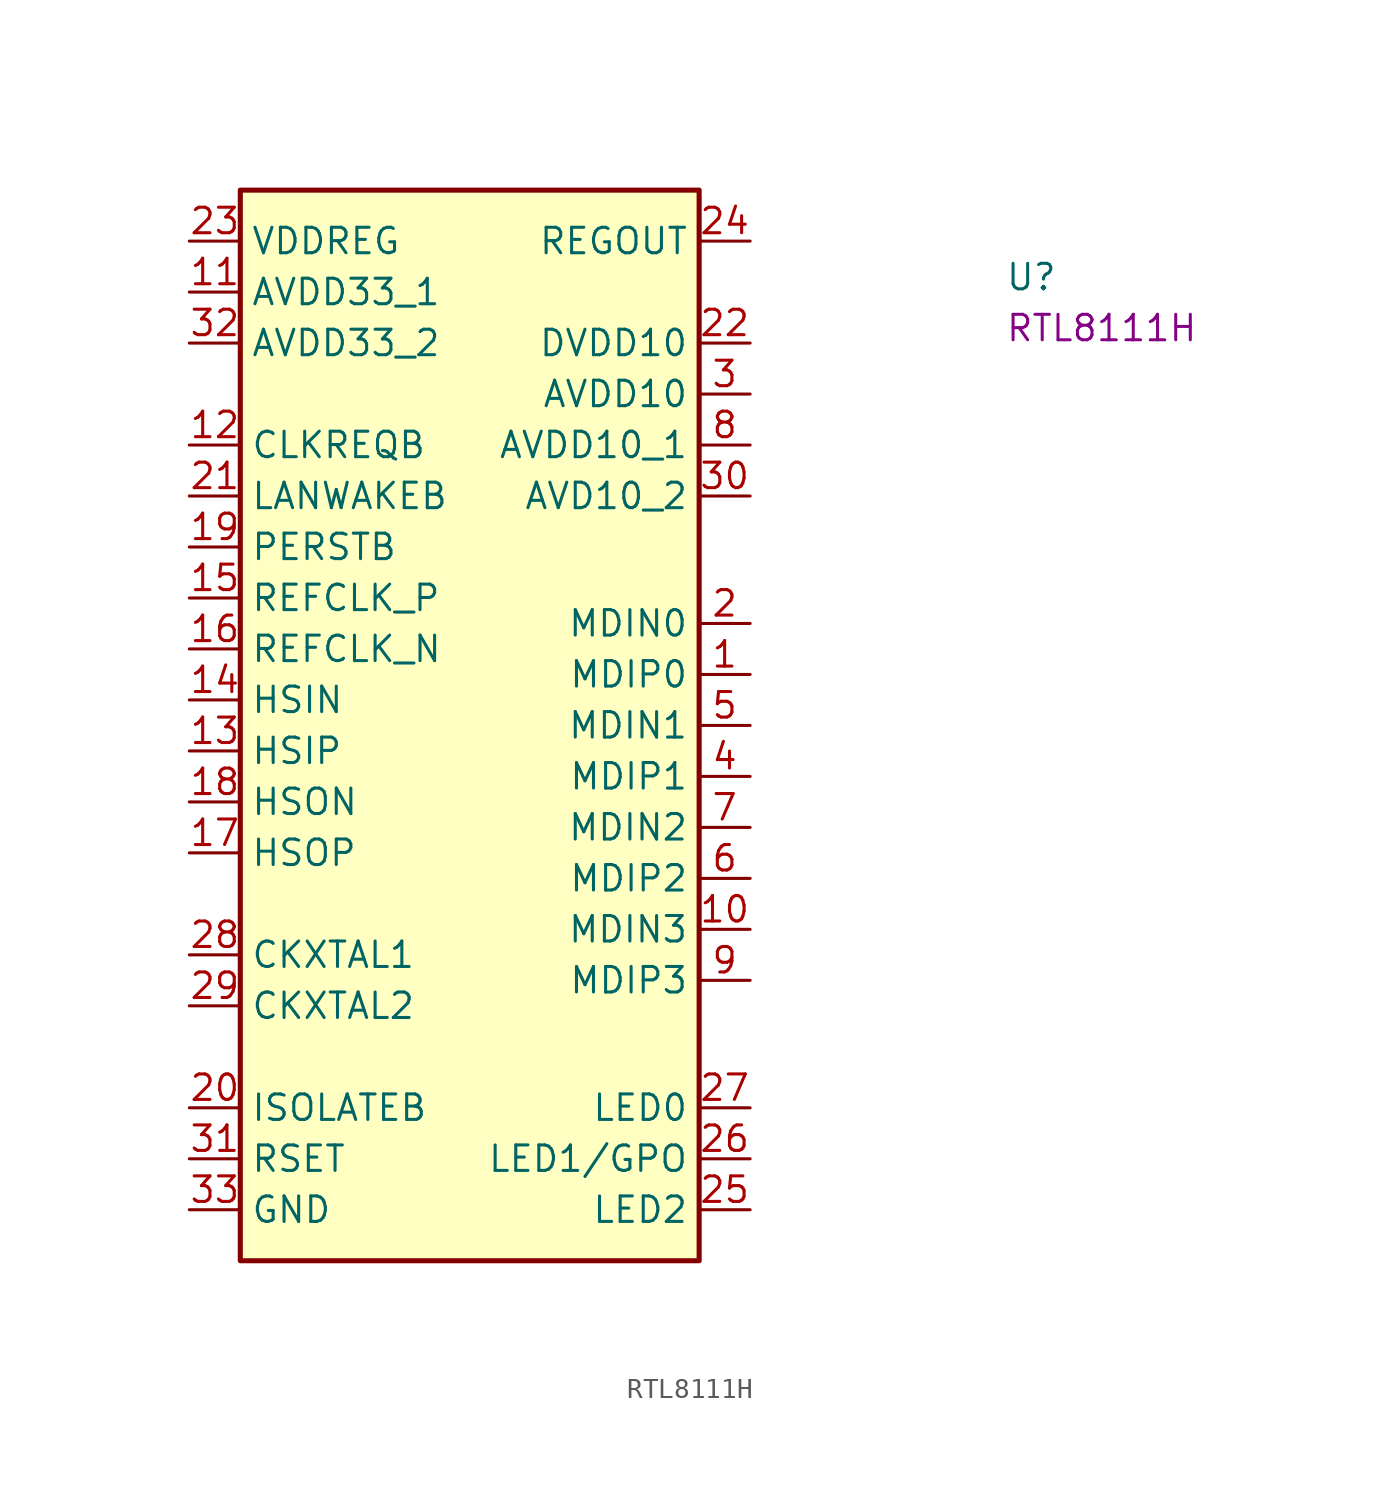
<source format=kicad_sym>
(kicad_symbol_lib
  (version 20220914)
  (generator kicad_symbol_editor)
  (symbol "RTL8111H"
    (property "Reference" "U"
      (at 40.64 -2.54 0)
      (effects (font (size 1.27 1.27) (thickness 0.15)) (justify left bottom)))
    (property "MPN" "RTL8111H"
      (at 40.64 -5.08 0)
      (effects (font (size 1.27 1.27) (thickness 0.15)) (justify left bottom)))
    (symbol "RTL8111H_1_1"
      (rectangle (start 2.54 2.54) (end 25.4 -50.8) (stroke (width 0.254) (type default)) (fill (type background)))
      (pin bidirectional line (at 27.94 -21.59 180) (length 2.54) (name "MDIP0" (effects (font (size 1.27 1.27)))) (number "1" (effects (font (size 1.27 1.27)))))
      (pin bidirectional line (at 27.94 -34.29 180) (length 2.54) (name "MDIN3" (effects (font (size 1.27 1.27)))) (number "10" (effects (font (size 1.27 1.27)))))
      (pin power_in line (at 0 -2.54 0) (length 2.54) (name "AVDD33_1" (effects (font (size 1.27 1.27)))) (number "11" (effects (font (size 1.27 1.27)))))
      (pin open_collector line (at 0 -10.16 0) (length 2.54) (name "CLKREQB" (effects (font (size 1.27 1.27)))) (number "12" (effects (font (size 1.27 1.27)))))
      (pin input line (at 0 -25.4 0) (length 2.54) (name "HSIP" (effects (font (size 1.27 1.27)))) (number "13" (effects (font (size 1.27 1.27)))))
      (pin input line (at 0 -22.86 0) (length 2.54) (name "HSIN" (effects (font (size 1.27 1.27)))) (number "14" (effects (font (size 1.27 1.27)))))
      (pin input line (at 0 -17.78 0) (length 2.54) (name "REFCLK_P" (effects (font (size 1.27 1.27)))) (number "15" (effects (font (size 1.27 1.27)))))
      (pin input line (at 0 -20.32 0) (length 2.54) (name "REFCLK_N" (effects (font (size 1.27 1.27)))) (number "16" (effects (font (size 1.27 1.27)))))
      (pin output line (at 0 -30.48 0) (length 2.54) (name "HSOP" (effects (font (size 1.27 1.27)))) (number "17" (effects (font (size 1.27 1.27)))))
      (pin output line (at 0 -27.94 0) (length 2.54) (name "HSON" (effects (font (size 1.27 1.27)))) (number "18" (effects (font (size 1.27 1.27)))))
      (pin input line (at 0 -15.24 0) (length 2.54) (name "PERSTB" (effects (font (size 1.27 1.27)))) (number "19" (effects (font (size 1.27 1.27)))))
      (pin bidirectional line (at 27.94 -19.05 180) (length 2.54) (name "MDIN0" (effects (font (size 1.27 1.27)))) (number "2" (effects (font (size 1.27 1.27)))))
      (pin open_collector line (at 0 -43.18 0) (length 2.54) (name "ISOLATEB" (effects (font (size 1.27 1.27)))) (number "20" (effects (font (size 1.27 1.27)))))
      (pin output line (at 0 -12.7 0) (length 2.54) (name "LANWAKEB" (effects (font (size 1.27 1.27)))) (number "21" (effects (font (size 1.27 1.27)))))
      (pin power_in line (at 27.94 -5.08 180) (length 2.54) (name "DVDD10" (effects (font (size 1.27 1.27)))) (number "22" (effects (font (size 1.27 1.27)))))
      (pin power_in line (at 0 0 0) (length 2.54) (name "VDDREG" (effects (font (size 1.27 1.27)))) (number "23" (effects (font (size 1.27 1.27)))))
      (pin output line (at 27.94 0 180) (length 2.54) (name "REGOUT" (effects (font (size 1.27 1.27)))) (number "24" (effects (font (size 1.27 1.27)))))
      (pin output line (at 27.94 -48.26 180) (length 2.54) (name "LED2" (effects (font (size 1.27 1.27)))) (number "25" (effects (font (size 1.27 1.27)))))
      (pin output line (at 27.94 -45.72 180) (length 2.54) (name "LED1/GPO" (effects (font (size 1.27 1.27)))) (number "26" (effects (font (size 1.27 1.27)))))
      (pin output line (at 27.94 -43.18 180) (length 2.54) (name "LED0" (effects (font (size 1.27 1.27)))) (number "27" (effects (font (size 1.27 1.27)))))
      (pin input line (at 0 -35.56 0) (length 2.54) (name "CKXTAL1" (effects (font (size 1.27 1.27)))) (number "28" (effects (font (size 1.27 1.27)))))
      (pin input line (at 0 -38.1 0) (length 2.54) (name "CKXTAL2" (effects (font (size 1.27 1.27)))) (number "29" (effects (font (size 1.27 1.27)))))
      (pin power_in line (at 27.94 -7.62 180) (length 2.54) (name "AVDD10" (effects (font (size 1.27 1.27)))) (number "3" (effects (font (size 1.27 1.27)))))
      (pin power_in line (at 27.94 -12.7 180) (length 2.54) (name "AVD10_2" (effects (font (size 1.27 1.27)))) (number "30" (effects (font (size 1.27 1.27)))))
      (pin input line (at 0 -45.72 0) (length 2.54) (name "RSET" (effects (font (size 1.27 1.27)))) (number "31" (effects (font (size 1.27 1.27)))))
      (pin input line (at 0 -5.08 0) (length 2.54) (name "AVDD33_2" (effects (font (size 1.27 1.27)))) (number "32" (effects (font (size 1.27 1.27)))))
      (pin power_in line (at 0 -48.26 0) (length 2.54) (name "GND" (effects (font (size 1.27 1.27)))) (number "33" (effects (font (size 1.27 1.27)))))
      (pin bidirectional line (at 27.94 -26.67 180) (length 2.54) (name "MDIP1" (effects (font (size 1.27 1.27)))) (number "4" (effects (font (size 1.27 1.27)))))
      (pin bidirectional line (at 27.94 -24.13 180) (length 2.54) (name "MDIN1" (effects (font (size 1.27 1.27)))) (number "5" (effects (font (size 1.27 1.27)))))
      (pin bidirectional line (at 27.94 -31.75 180) (length 2.54) (name "MDIP2" (effects (font (size 1.27 1.27)))) (number "6" (effects (font (size 1.27 1.27)))))
      (pin bidirectional line (at 27.94 -29.21 180) (length 2.54) (name "MDIN2" (effects (font (size 1.27 1.27)))) (number "7" (effects (font (size 1.27 1.27)))))
      (pin power_in line (at 27.94 -10.16 180) (length 2.54) (name "AVDD10_1" (effects (font (size 1.27 1.27)))) (number "8" (effects (font (size 1.27 1.27)))))
      (pin bidirectional line (at 27.94 -36.83 180) (length 2.54) (name "MDIP3" (effects (font (size 1.27 1.27)))) (number "9" (effects (font (size 1.27 1.27))))))))
</source>
